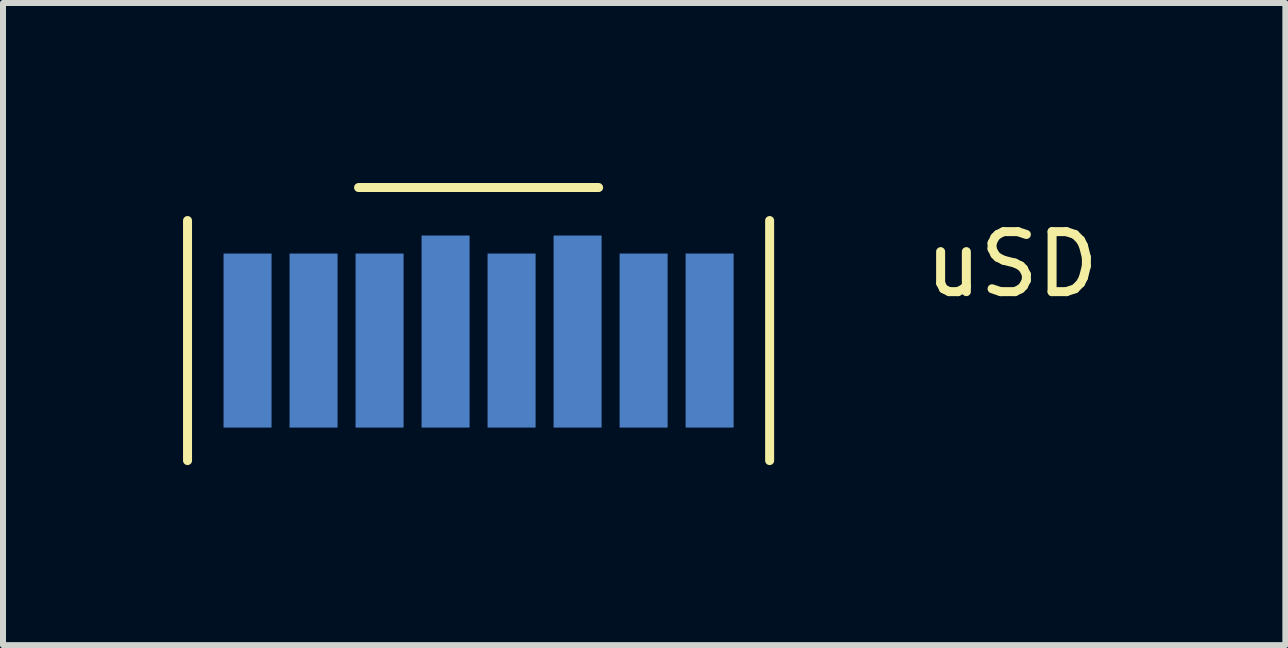
<source format=kicad_pcb>
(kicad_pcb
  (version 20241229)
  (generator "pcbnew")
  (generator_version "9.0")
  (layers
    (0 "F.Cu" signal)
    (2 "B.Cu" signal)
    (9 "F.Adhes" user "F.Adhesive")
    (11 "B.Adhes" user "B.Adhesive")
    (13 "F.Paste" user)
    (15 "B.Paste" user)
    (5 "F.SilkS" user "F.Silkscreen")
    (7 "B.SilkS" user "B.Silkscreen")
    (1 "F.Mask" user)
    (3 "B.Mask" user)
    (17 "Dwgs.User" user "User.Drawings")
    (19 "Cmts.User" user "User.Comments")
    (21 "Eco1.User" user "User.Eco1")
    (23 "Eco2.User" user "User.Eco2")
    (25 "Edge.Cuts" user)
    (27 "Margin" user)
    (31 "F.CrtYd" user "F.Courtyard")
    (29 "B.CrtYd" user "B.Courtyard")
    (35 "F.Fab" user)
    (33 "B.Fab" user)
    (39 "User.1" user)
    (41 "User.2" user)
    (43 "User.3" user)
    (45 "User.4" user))
  (footprint "uSD"
    (layer "F.Cu")
    (at 4.925 2.625)
    (property "Reference" "uSD" (at 8.89 -1.27 0) (layer "F.SilkS") (effects (font (size 1 1) (thickness 0.15))))
    (attr through_hole)
    (fp_line (start -4.85 -2) (end -4.85 2) (stroke (width 0.15) (type solid)) (layer "F.SilkS"))
    (fp_line (start -2 -2.55) (end 2 -2.55) (stroke (width 0.15) (type solid)) (layer "F.SilkS"))
    (fp_line (start 4.85 -2) (end 4.85 2) (stroke (width 0.15) (type solid)) (layer "F.SilkS"))
    (pad "1" smd rect (at 3.85 0) (size 0.8 2.9) (layers "B.Cu" "B.Mask"))
    (pad "2" smd rect (at 2.75 0) (size 0.8 2.9) (layers "B.Cu" "B.Mask"))
    (pad "3" smd rect (at 1.65 -0.15) (size 0.8 3.2) (layers "B.Cu" "B.Mask"))
    (pad "4" smd rect (at 0.55 0) (size 0.8 2.9) (layers "B.Cu" "B.Mask"))
    (pad "5" smd rect (at -0.55 -0.15) (size 0.8 3.2) (layers "B.Cu" "B.Mask"))
    (pad "6" smd rect (at -1.65 0) (size 0.8 2.9) (layers "B.Cu" "B.Mask"))
    (pad "7" smd rect (at -2.75 0) (size 0.8 2.9) (layers "B.Cu" "B.Mask"))
    (pad "8" smd rect (at -3.85 0) (size 0.8 2.9) (layers "B.Cu" "B.Mask")))
  (gr_rect
    (start -3 -3)
    (end 18.369 7.7)
    (stroke (width 0.1) (type default))
    (fill no)
    (layer "Edge.Cuts")))
</source>
